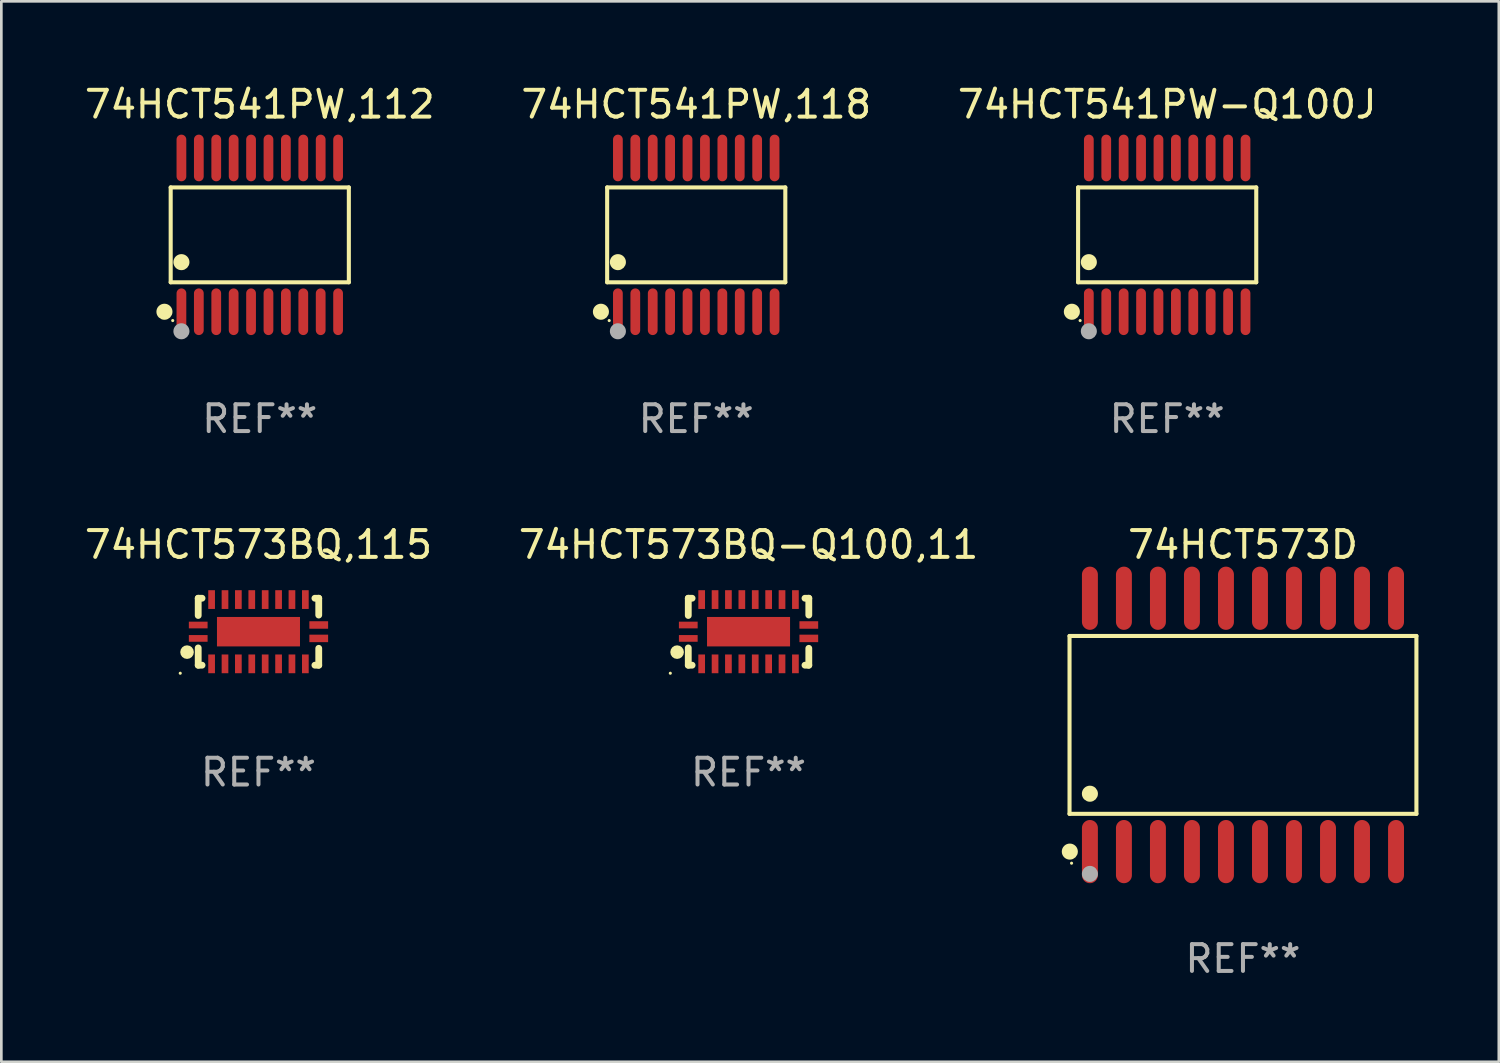
<source format=kicad_pcb>
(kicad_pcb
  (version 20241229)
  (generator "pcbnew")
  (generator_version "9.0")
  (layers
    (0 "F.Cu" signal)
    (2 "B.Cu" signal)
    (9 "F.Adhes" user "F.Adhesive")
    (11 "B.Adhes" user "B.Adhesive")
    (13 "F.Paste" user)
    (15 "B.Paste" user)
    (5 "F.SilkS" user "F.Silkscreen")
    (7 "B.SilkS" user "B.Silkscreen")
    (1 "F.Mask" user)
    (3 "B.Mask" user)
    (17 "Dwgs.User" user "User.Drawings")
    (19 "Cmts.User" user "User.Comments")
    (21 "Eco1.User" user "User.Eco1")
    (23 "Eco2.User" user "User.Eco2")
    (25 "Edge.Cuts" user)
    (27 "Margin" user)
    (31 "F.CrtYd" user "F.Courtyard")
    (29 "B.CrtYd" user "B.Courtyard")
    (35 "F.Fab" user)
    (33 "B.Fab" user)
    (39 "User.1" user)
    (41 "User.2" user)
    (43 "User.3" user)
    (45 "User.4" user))
  (footprint "74HCT541PW,118"
    (layer "F.Cu")
    (at 22.946 5.719)
    (property "Reference" "74HCT541PW,118" (at 0 -4.871 0) (layer "F.SilkS") (effects (font (size 1 1) (thickness 0.15))))
    (attr through_hole)
    (fp_line (start -3.326 -1.771) (end 3.326 -1.771) (stroke (width 0.152) (type solid)) (layer "F.SilkS"))
    (fp_line (start -3.326 1.771) (end -3.326 -1.771) (stroke (width 0.152) (type solid)) (layer "F.SilkS"))
    (fp_line (start 3.326 -1.771) (end 3.326 1.771) (stroke (width 0.152) (type solid)) (layer "F.SilkS"))
    (fp_line (start 3.326 1.771) (end -3.326 1.771) (stroke (width 0.152) (type solid)) (layer "F.SilkS"))
    (fp_circle (center -3.559 2.871) (end -3.409 2.871) (stroke (width 0.3) (type solid)) (fill no) (layer "F.SilkS"))
    (fp_circle (center -3.25 3.2) (end -3.22 3.2) (stroke (width 0.06) (type solid)) (fill no) (layer "F.SilkS"))
    (fp_circle (center -2.925 1.019) (end -2.775 1.019) (stroke (width 0.3) (type solid)) (fill no) (layer "F.SilkS"))
    (fp_circle (center -2.925 3.6) (end -2.775 3.6) (stroke (width 0.3) (type solid)) (fill no) (layer "F.Fab"))
    (fp_text user "REF**" (at 0 6.871 0) (layer "F.Fab") (effects (font (size 1 1) (thickness 0.15))))
    (pad "1" smd oval (at -2.925 2.871) (size 0.364 1.742) (layers "F.Cu" "F.Mask" "F.Paste"))
    (pad "2" smd oval (at -2.275 2.871) (size 0.364 1.742) (layers "F.Cu" "F.Mask" "F.Paste"))
    (pad "3" smd oval (at -1.625 2.871) (size 0.364 1.742) (layers "F.Cu" "F.Mask" "F.Paste"))
    (pad "4" smd oval (at -0.975 2.871) (size 0.364 1.742) (layers "F.Cu" "F.Mask" "F.Paste"))
    (pad "5" smd oval (at -0.325 2.871) (size 0.364 1.742) (layers "F.Cu" "F.Mask" "F.Paste"))
    (pad "6" smd oval (at 0.325 2.871) (size 0.364 1.742) (layers "F.Cu" "F.Mask" "F.Paste"))
    (pad "7" smd oval (at 0.975 2.871) (size 0.364 1.742) (layers "F.Cu" "F.Mask" "F.Paste"))
    (pad "8" smd oval (at 1.625 2.871) (size 0.364 1.742) (layers "F.Cu" "F.Mask" "F.Paste"))
    (pad "9" smd oval (at 2.275 2.871) (size 0.364 1.742) (layers "F.Cu" "F.Mask" "F.Paste"))
    (pad "10" smd oval (at 2.925 2.871) (size 0.364 1.742) (layers "F.Cu" "F.Mask" "F.Paste"))
    (pad "11" smd oval (at 2.925 -2.871) (size 0.364 1.742) (layers "F.Cu" "F.Mask" "F.Paste"))
    (pad "12" smd oval (at 2.275 -2.871) (size 0.364 1.742) (layers "F.Cu" "F.Mask" "F.Paste"))
    (pad "13" smd oval (at 1.625 -2.871) (size 0.364 1.742) (layers "F.Cu" "F.Mask" "F.Paste"))
    (pad "14" smd oval (at 0.975 -2.871) (size 0.364 1.742) (layers "F.Cu" "F.Mask" "F.Paste"))
    (pad "15" smd oval (at 0.325 -2.871) (size 0.364 1.742) (layers "F.Cu" "F.Mask" "F.Paste"))
    (pad "16" smd oval (at -0.325 -2.871) (size 0.364 1.742) (layers "F.Cu" "F.Mask" "F.Paste"))
    (pad "17" smd oval (at -0.975 -2.871) (size 0.364 1.742) (layers "F.Cu" "F.Mask" "F.Paste"))
    (pad "18" smd oval (at -1.625 -2.871) (size 0.364 1.742) (layers "F.Cu" "F.Mask" "F.Paste"))
    (pad "19" smd oval (at -2.275 -2.871) (size 0.364 1.742) (layers "F.Cu" "F.Mask" "F.Paste"))
    (pad "20" smd oval (at -2.925 -2.871) (size 0.364 1.742) (layers "F.Cu" "F.Mask" "F.Paste")))
  (footprint "74HCT573BQ,115"
    (layer "F.Cu")
    (at 6.601 20.537)
    (property "Reference" "74HCT573BQ,115" (at 0 -3.25 0) (layer "F.SilkS") (effects (font (size 1 1) (thickness 0.15))))
    (attr through_hole)
    (fp_line (start -2.25 0.605) (end -2.25 1.25) (stroke (width 0.254) (type solid)) (layer "F.SilkS"))
    (fp_line (start -2.25 1.25) (end -2.107 1.25) (stroke (width 0.254) (type solid)) (layer "F.SilkS"))
    (fp_line (start -2.25 -1.25) (end -2.25 -0.606) (stroke (width 0.254) (type solid)) (layer "F.SilkS"))
    (fp_line (start -2.25 -1.25) (end -2.107 -1.25) (stroke (width 0.254) (type solid)) (layer "F.SilkS"))
    (fp_line (start 2.107 -1.25) (end 2.25 -1.25) (stroke (width 0.254) (type solid)) (layer "F.SilkS"))
    (fp_line (start 2.107 1.25) (end 2.25 1.25) (stroke (width 0.254) (type solid)) (layer "F.SilkS"))
    (fp_line (start 2.25 -1.25) (end 2.25 -0.622) (stroke (width 0.254) (type solid)) (layer "F.SilkS"))
    (fp_line (start 2.25 0.62) (end 2.25 1.25) (stroke (width 0.254) (type solid)) (layer "F.SilkS"))
    (fp_circle (center -2.921 1.55) (end -2.891 1.55) (stroke (width 0.06) (type solid)) (fill no) (layer "F.SilkS"))
    (fp_circle (center -2.667 0.762) (end -2.54 0.762) (stroke (width 0.254) (type solid)) (fill no) (layer "F.SilkS"))
    (fp_text user "REF**" (at 0 5.25 0) (layer "F.Fab") (effects (font (size 1 1) (thickness 0.15))))
    (pad "1" smd rect (at -2.25 0.25 180) (size 0.7 0.25) (layers "F.Cu" "F.Mask" "F.Paste"))
    (pad "2" smd rect (at -1.75 1.2 90) (size 0.7 0.25) (layers "F.Cu" "F.Mask" "F.Paste"))
    (pad "3" smd rect (at -1.25 1.2 90) (size 0.7 0.25) (layers "F.Cu" "F.Mask" "F.Paste"))
    (pad "4" smd rect (at -0.751 1.2 90) (size 0.7 0.25) (layers "F.Cu" "F.Mask" "F.Paste"))
    (pad "5" smd rect (at -0.25 1.2 90) (size 0.7 0.25) (layers "F.Cu" "F.Mask" "F.Paste"))
    (pad "6" smd rect (at 0.25 1.2 90) (size 0.7 0.25) (layers "F.Cu" "F.Mask" "F.Paste"))
    (pad "7" smd rect (at 0.751 1.2 90) (size 0.7 0.25) (layers "F.Cu" "F.Mask" "F.Paste"))
    (pad "8" smd rect (at 1.25 1.2 90) (size 0.7 0.25) (layers "F.Cu" "F.Mask" "F.Paste"))
    (pad "9" smd rect (at 1.75 1.2 90) (size 0.7 0.25) (layers "F.Cu" "F.Mask" "F.Paste"))
    (pad "10" smd rect (at 2.25 0.25 180) (size 0.7 0.28) (layers "F.Cu" "F.Mask" "F.Paste"))
    (pad "11" smd rect (at 2.25 -0.251 180) (size 0.7 0.28) (layers "F.Cu" "F.Mask" "F.Paste"))
    (pad "12" smd rect (at 1.75 -1.2 90) (size 0.7 0.25) (layers "F.Cu" "F.Mask" "F.Paste"))
    (pad "13" smd rect (at 1.25 -1.2 90) (size 0.7 0.25) (layers "F.Cu" "F.Mask" "F.Paste"))
    (pad "14" smd rect (at 0.751 -1.2 90) (size 0.7 0.25) (layers "F.Cu" "F.Mask" "F.Paste"))
    (pad "15" smd rect (at 0.25 -1.2 90) (size 0.7 0.25) (layers "F.Cu" "F.Mask" "F.Paste"))
    (pad "16" smd rect (at -0.25 -1.2 90) (size 0.7 0.25) (layers "F.Cu" "F.Mask" "F.Paste"))
    (pad "17" smd rect (at -0.751 -1.2 90) (size 0.7 0.25) (layers "F.Cu" "F.Mask" "F.Paste"))
    (pad "18" smd rect (at -1.25 -1.2 90) (size 0.7 0.25) (layers "F.Cu" "F.Mask" "F.Paste"))
    (pad "19" smd rect (at -1.75 -1.2 90) (size 0.7 0.25) (layers "F.Cu" "F.Mask" "F.Paste"))
    (pad "20" smd rect (at -2.25 -0.25 180) (size 0.7 0.25) (layers "F.Cu" "F.Mask" "F.Paste"))
    (pad "21" smd rect (at 0 -0.001 180) (size 3.1 1.1) (layers "F.Cu" "F.Mask" "F.Paste")))
  (footprint "74HCT573BQ-Q100,11"
    (layer "F.Cu")
    (at 24.899 20.537)
    (property "Reference" "74HCT573BQ-Q100,11" (at 0 -3.25 0) (layer "F.SilkS") (effects (font (size 1 1) (thickness 0.15))))
    (attr through_hole)
    (fp_line (start -2.25 0.605) (end -2.25 1.25) (stroke (width 0.254) (type solid)) (layer "F.SilkS"))
    (fp_line (start -2.25 1.25) (end -2.107 1.25) (stroke (width 0.254) (type solid)) (layer "F.SilkS"))
    (fp_line (start -2.25 -1.25) (end -2.25 -0.606) (stroke (width 0.254) (type solid)) (layer "F.SilkS"))
    (fp_line (start -2.25 -1.25) (end -2.107 -1.25) (stroke (width 0.254) (type solid)) (layer "F.SilkS"))
    (fp_line (start 2.107 -1.25) (end 2.25 -1.25) (stroke (width 0.254) (type solid)) (layer "F.SilkS"))
    (fp_line (start 2.107 1.25) (end 2.25 1.25) (stroke (width 0.254) (type solid)) (layer "F.SilkS"))
    (fp_line (start 2.25 -1.25) (end 2.25 -0.622) (stroke (width 0.254) (type solid)) (layer "F.SilkS"))
    (fp_line (start 2.25 0.62) (end 2.25 1.25) (stroke (width 0.254) (type solid)) (layer "F.SilkS"))
    (fp_circle (center -2.921 1.55) (end -2.891 1.55) (stroke (width 0.06) (type solid)) (fill no) (layer "F.SilkS"))
    (fp_circle (center -2.667 0.762) (end -2.54 0.762) (stroke (width 0.254) (type solid)) (fill no) (layer "F.SilkS"))
    (fp_text user "REF**" (at 0 5.25 0) (layer "F.Fab") (effects (font (size 1 1) (thickness 0.15))))
    (pad "1" smd rect (at -2.25 0.25 180) (size 0.7 0.25) (layers "F.Cu" "F.Mask" "F.Paste"))
    (pad "2" smd rect (at -1.75 1.2 90) (size 0.7 0.25) (layers "F.Cu" "F.Mask" "F.Paste"))
    (pad "3" smd rect (at -1.25 1.2 90) (size 0.7 0.25) (layers "F.Cu" "F.Mask" "F.Paste"))
    (pad "4" smd rect (at -0.751 1.2 90) (size 0.7 0.25) (layers "F.Cu" "F.Mask" "F.Paste"))
    (pad "5" smd rect (at -0.25 1.2 90) (size 0.7 0.25) (layers "F.Cu" "F.Mask" "F.Paste"))
    (pad "6" smd rect (at 0.25 1.2 90) (size 0.7 0.25) (layers "F.Cu" "F.Mask" "F.Paste"))
    (pad "7" smd rect (at 0.751 1.2 90) (size 0.7 0.25) (layers "F.Cu" "F.Mask" "F.Paste"))
    (pad "8" smd rect (at 1.25 1.2 90) (size 0.7 0.25) (layers "F.Cu" "F.Mask" "F.Paste"))
    (pad "9" smd rect (at 1.75 1.2 90) (size 0.7 0.25) (layers "F.Cu" "F.Mask" "F.Paste"))
    (pad "10" smd rect (at 2.25 0.25 180) (size 0.7 0.28) (layers "F.Cu" "F.Mask" "F.Paste"))
    (pad "11" smd rect (at 2.25 -0.251 180) (size 0.7 0.28) (layers "F.Cu" "F.Mask" "F.Paste"))
    (pad "12" smd rect (at 1.75 -1.2 90) (size 0.7 0.25) (layers "F.Cu" "F.Mask" "F.Paste"))
    (pad "13" smd rect (at 1.25 -1.2 90) (size 0.7 0.25) (layers "F.Cu" "F.Mask" "F.Paste"))
    (pad "14" smd rect (at 0.751 -1.2 90) (size 0.7 0.25) (layers "F.Cu" "F.Mask" "F.Paste"))
    (pad "15" smd rect (at 0.25 -1.2 90) (size 0.7 0.25) (layers "F.Cu" "F.Mask" "F.Paste"))
    (pad "16" smd rect (at -0.25 -1.2 90) (size 0.7 0.25) (layers "F.Cu" "F.Mask" "F.Paste"))
    (pad "17" smd rect (at -0.751 -1.2 90) (size 0.7 0.25) (layers "F.Cu" "F.Mask" "F.Paste"))
    (pad "18" smd rect (at -1.25 -1.2 90) (size 0.7 0.25) (layers "F.Cu" "F.Mask" "F.Paste"))
    (pad "19" smd rect (at -1.75 -1.2 90) (size 0.7 0.25) (layers "F.Cu" "F.Mask" "F.Paste"))
    (pad "20" smd rect (at -2.25 -0.25 180) (size 0.7 0.25) (layers "F.Cu" "F.Mask" "F.Paste"))
    (pad "21" smd rect (at 0 -0.001 180) (size 3.1 1.1) (layers "F.Cu" "F.Mask" "F.Paste")))
  (footprint "74HCT541PW-Q100J"
    (layer "F.Cu")
    (at 40.53 5.719)
    (property "Reference" "74HCT541PW-Q100J" (at 0 -4.871 0) (layer "F.SilkS") (effects (font (size 1 1) (thickness 0.15))))
    (attr through_hole)
    (fp_line (start -3.326 -1.771) (end 3.326 -1.771) (stroke (width 0.152) (type solid)) (layer "F.SilkS"))
    (fp_line (start -3.326 1.771) (end -3.326 -1.771) (stroke (width 0.152) (type solid)) (layer "F.SilkS"))
    (fp_line (start 3.326 -1.771) (end 3.326 1.771) (stroke (width 0.152) (type solid)) (layer "F.SilkS"))
    (fp_line (start 3.326 1.771) (end -3.326 1.771) (stroke (width 0.152) (type solid)) (layer "F.SilkS"))
    (fp_circle (center -3.559 2.871) (end -3.409 2.871) (stroke (width 0.3) (type solid)) (fill no) (layer "F.SilkS"))
    (fp_circle (center -3.25 3.2) (end -3.22 3.2) (stroke (width 0.06) (type solid)) (fill no) (layer "F.SilkS"))
    (fp_circle (center -2.925 1.019) (end -2.775 1.019) (stroke (width 0.3) (type solid)) (fill no) (layer "F.SilkS"))
    (fp_circle (center -2.925 3.6) (end -2.775 3.6) (stroke (width 0.3) (type solid)) (fill no) (layer "F.Fab"))
    (fp_text user "REF**" (at 0 6.871 0) (layer "F.Fab") (effects (font (size 1 1) (thickness 0.15))))
    (pad "1" smd oval (at -2.925 2.871) (size 0.364 1.742) (layers "F.Cu" "F.Mask" "F.Paste"))
    (pad "2" smd oval (at -2.275 2.871) (size 0.364 1.742) (layers "F.Cu" "F.Mask" "F.Paste"))
    (pad "3" smd oval (at -1.625 2.871) (size 0.364 1.742) (layers "F.Cu" "F.Mask" "F.Paste"))
    (pad "4" smd oval (at -0.975 2.871) (size 0.364 1.742) (layers "F.Cu" "F.Mask" "F.Paste"))
    (pad "5" smd oval (at -0.325 2.871) (size 0.364 1.742) (layers "F.Cu" "F.Mask" "F.Paste"))
    (pad "6" smd oval (at 0.325 2.871) (size 0.364 1.742) (layers "F.Cu" "F.Mask" "F.Paste"))
    (pad "7" smd oval (at 0.975 2.871) (size 0.364 1.742) (layers "F.Cu" "F.Mask" "F.Paste"))
    (pad "8" smd oval (at 1.625 2.871) (size 0.364 1.742) (layers "F.Cu" "F.Mask" "F.Paste"))
    (pad "9" smd oval (at 2.275 2.871) (size 0.364 1.742) (layers "F.Cu" "F.Mask" "F.Paste"))
    (pad "10" smd oval (at 2.925 2.871) (size 0.364 1.742) (layers "F.Cu" "F.Mask" "F.Paste"))
    (pad "11" smd oval (at 2.925 -2.871) (size 0.364 1.742) (layers "F.Cu" "F.Mask" "F.Paste"))
    (pad "12" smd oval (at 2.275 -2.871) (size 0.364 1.742) (layers "F.Cu" "F.Mask" "F.Paste"))
    (pad "13" smd oval (at 1.625 -2.871) (size 0.364 1.742) (layers "F.Cu" "F.Mask" "F.Paste"))
    (pad "14" smd oval (at 0.975 -2.871) (size 0.364 1.742) (layers "F.Cu" "F.Mask" "F.Paste"))
    (pad "15" smd oval (at 0.325 -2.871) (size 0.364 1.742) (layers "F.Cu" "F.Mask" "F.Paste"))
    (pad "16" smd oval (at -0.325 -2.871) (size 0.364 1.742) (layers "F.Cu" "F.Mask" "F.Paste"))
    (pad "17" smd oval (at -0.975 -2.871) (size 0.364 1.742) (layers "F.Cu" "F.Mask" "F.Paste"))
    (pad "18" smd oval (at -1.625 -2.871) (size 0.364 1.742) (layers "F.Cu" "F.Mask" "F.Paste"))
    (pad "19" smd oval (at -2.275 -2.871) (size 0.364 1.742) (layers "F.Cu" "F.Mask" "F.Paste"))
    (pad "20" smd oval (at -2.925 -2.871) (size 0.364 1.742) (layers "F.Cu" "F.Mask" "F.Paste")))
  (footprint "74HCT573D"
    (layer "F.Cu")
    (at 43.36 24.017)
    (property "Reference" "74HCT573D" (at 0 -6.73 0) (layer "F.SilkS") (effects (font (size 1 1) (thickness 0.15))))
    (attr through_hole)
    (fp_line (start -6.476 -3.321) (end 6.476 -3.321) (stroke (width 0.152) (type solid)) (layer "F.SilkS"))
    (fp_line (start -6.476 3.321) (end -6.476 -3.321) (stroke (width 0.152) (type solid)) (layer "F.SilkS"))
    (fp_line (start 6.476 -3.321) (end 6.476 3.321) (stroke (width 0.152) (type solid)) (layer "F.SilkS"))
    (fp_line (start 6.476 3.321) (end -6.476 3.321) (stroke (width 0.152) (type solid)) (layer "F.SilkS"))
    (fp_circle (center -6.465 4.73) (end -6.315 4.73) (stroke (width 0.3) (type solid)) (fill no) (layer "F.SilkS"))
    (fp_circle (center -6.4 5.163) (end -6.37 5.163) (stroke (width 0.06) (type solid)) (fill no) (layer "F.SilkS"))
    (fp_circle (center -5.715 2.569) (end -5.565 2.569) (stroke (width 0.3) (type solid)) (fill no) (layer "F.SilkS"))
    (fp_circle (center -5.715 5.563) (end -5.565 5.563) (stroke (width 0.3) (type solid)) (fill no) (layer "F.Fab"))
    (fp_text user "REF**" (at 0 8.73 0) (layer "F.Fab") (effects (font (size 1 1) (thickness 0.15))))
    (pad "1" smd oval (at -5.715 4.73) (size 0.595 2.36) (layers "F.Cu" "F.Mask" "F.Paste"))
    (pad "2" smd oval (at -4.445 4.73) (size 0.595 2.36) (layers "F.Cu" "F.Mask" "F.Paste"))
    (pad "3" smd oval (at -3.175 4.73) (size 0.595 2.36) (layers "F.Cu" "F.Mask" "F.Paste"))
    (pad "4" smd oval (at -1.905 4.73) (size 0.595 2.36) (layers "F.Cu" "F.Mask" "F.Paste"))
    (pad "5" smd oval (at -0.635 4.73) (size 0.595 2.36) (layers "F.Cu" "F.Mask" "F.Paste"))
    (pad "6" smd oval (at 0.635 4.73) (size 0.595 2.36) (layers "F.Cu" "F.Mask" "F.Paste"))
    (pad "7" smd oval (at 1.905 4.73) (size 0.595 2.36) (layers "F.Cu" "F.Mask" "F.Paste"))
    (pad "8" smd oval (at 3.175 4.73) (size 0.595 2.36) (layers "F.Cu" "F.Mask" "F.Paste"))
    (pad "9" smd oval (at 4.445 4.73) (size 0.595 2.36) (layers "F.Cu" "F.Mask" "F.Paste"))
    (pad "10" smd oval (at 5.715 4.73) (size 0.595 2.36) (layers "F.Cu" "F.Mask" "F.Paste"))
    (pad "11" smd oval (at 5.715 -4.73) (size 0.595 2.36) (layers "F.Cu" "F.Mask" "F.Paste"))
    (pad "12" smd oval (at 4.445 -4.73) (size 0.595 2.36) (layers "F.Cu" "F.Mask" "F.Paste"))
    (pad "13" smd oval (at 3.175 -4.73) (size 0.595 2.36) (layers "F.Cu" "F.Mask" "F.Paste"))
    (pad "14" smd oval (at 1.905 -4.73) (size 0.595 2.36) (layers "F.Cu" "F.Mask" "F.Paste"))
    (pad "15" smd oval (at 0.635 -4.73) (size 0.595 2.36) (layers "F.Cu" "F.Mask" "F.Paste"))
    (pad "16" smd oval (at -0.635 -4.73) (size 0.595 2.36) (layers "F.Cu" "F.Mask" "F.Paste"))
    (pad "17" smd oval (at -1.905 -4.73) (size 0.595 2.36) (layers "F.Cu" "F.Mask" "F.Paste"))
    (pad "18" smd oval (at -3.175 -4.73) (size 0.595 2.36) (layers "F.Cu" "F.Mask" "F.Paste"))
    (pad "19" smd oval (at -4.445 -4.73) (size 0.595 2.36) (layers "F.Cu" "F.Mask" "F.Paste"))
    (pad "20" smd oval (at -5.715 -4.73) (size 0.595 2.36) (layers "F.Cu" "F.Mask" "F.Paste")))
  (footprint "74HCT541PW,112"
    (layer "F.Cu")
    (at 6.649 5.719)
    (property "Reference" "74HCT541PW,112" (at 0 -4.871 0) (layer "F.SilkS") (effects (font (size 1 1) (thickness 0.15))))
    (attr through_hole)
    (fp_line (start -3.326 -1.771) (end 3.326 -1.771) (stroke (width 0.152) (type solid)) (layer "F.SilkS"))
    (fp_line (start -3.326 1.771) (end -3.326 -1.771) (stroke (width 0.152) (type solid)) (layer "F.SilkS"))
    (fp_line (start 3.326 -1.771) (end 3.326 1.771) (stroke (width 0.152) (type solid)) (layer "F.SilkS"))
    (fp_line (start 3.326 1.771) (end -3.326 1.771) (stroke (width 0.152) (type solid)) (layer "F.SilkS"))
    (fp_circle (center -3.559 2.871) (end -3.409 2.871) (stroke (width 0.3) (type solid)) (fill no) (layer "F.SilkS"))
    (fp_circle (center -3.25 3.2) (end -3.22 3.2) (stroke (width 0.06) (type solid)) (fill no) (layer "F.SilkS"))
    (fp_circle (center -2.925 1.019) (end -2.775 1.019) (stroke (width 0.3) (type solid)) (fill no) (layer "F.SilkS"))
    (fp_circle (center -2.925 3.6) (end -2.775 3.6) (stroke (width 0.3) (type solid)) (fill no) (layer "F.Fab"))
    (fp_text user "REF**" (at 0 6.871 0) (layer "F.Fab") (effects (font (size 1 1) (thickness 0.15))))
    (pad "1" smd oval (at -2.925 2.871) (size 0.364 1.742) (layers "F.Cu" "F.Mask" "F.Paste"))
    (pad "2" smd oval (at -2.275 2.871) (size 0.364 1.742) (layers "F.Cu" "F.Mask" "F.Paste"))
    (pad "3" smd oval (at -1.625 2.871) (size 0.364 1.742) (layers "F.Cu" "F.Mask" "F.Paste"))
    (pad "4" smd oval (at -0.975 2.871) (size 0.364 1.742) (layers "F.Cu" "F.Mask" "F.Paste"))
    (pad "5" smd oval (at -0.325 2.871) (size 0.364 1.742) (layers "F.Cu" "F.Mask" "F.Paste"))
    (pad "6" smd oval (at 0.325 2.871) (size 0.364 1.742) (layers "F.Cu" "F.Mask" "F.Paste"))
    (pad "7" smd oval (at 0.975 2.871) (size 0.364 1.742) (layers "F.Cu" "F.Mask" "F.Paste"))
    (pad "8" smd oval (at 1.625 2.871) (size 0.364 1.742) (layers "F.Cu" "F.Mask" "F.Paste"))
    (pad "9" smd oval (at 2.275 2.871) (size 0.364 1.742) (layers "F.Cu" "F.Mask" "F.Paste"))
    (pad "10" smd oval (at 2.925 2.871) (size 0.364 1.742) (layers "F.Cu" "F.Mask" "F.Paste"))
    (pad "11" smd oval (at 2.925 -2.871) (size 0.364 1.742) (layers "F.Cu" "F.Mask" "F.Paste"))
    (pad "12" smd oval (at 2.275 -2.871) (size 0.364 1.742) (layers "F.Cu" "F.Mask" "F.Paste"))
    (pad "13" smd oval (at 1.625 -2.871) (size 0.364 1.742) (layers "F.Cu" "F.Mask" "F.Paste"))
    (pad "14" smd oval (at 0.975 -2.871) (size 0.364 1.742) (layers "F.Cu" "F.Mask" "F.Paste"))
    (pad "15" smd oval (at 0.325 -2.871) (size 0.364 1.742) (layers "F.Cu" "F.Mask" "F.Paste"))
    (pad "16" smd oval (at -0.325 -2.871) (size 0.364 1.742) (layers "F.Cu" "F.Mask" "F.Paste"))
    (pad "17" smd oval (at -0.975 -2.871) (size 0.364 1.742) (layers "F.Cu" "F.Mask" "F.Paste"))
    (pad "18" smd oval (at -1.625 -2.871) (size 0.364 1.742) (layers "F.Cu" "F.Mask" "F.Paste"))
    (pad "19" smd oval (at -2.275 -2.871) (size 0.364 1.742) (layers "F.Cu" "F.Mask" "F.Paste"))
    (pad "20" smd oval (at -2.925 -2.871) (size 0.364 1.742) (layers "F.Cu" "F.Mask" "F.Paste")))
  (gr_rect
    (start -3 -3)
    (end 52.913 36.595)
    (stroke (width 0.1) (type default))
    (fill no)
    (layer "Edge.Cuts")))
</source>
